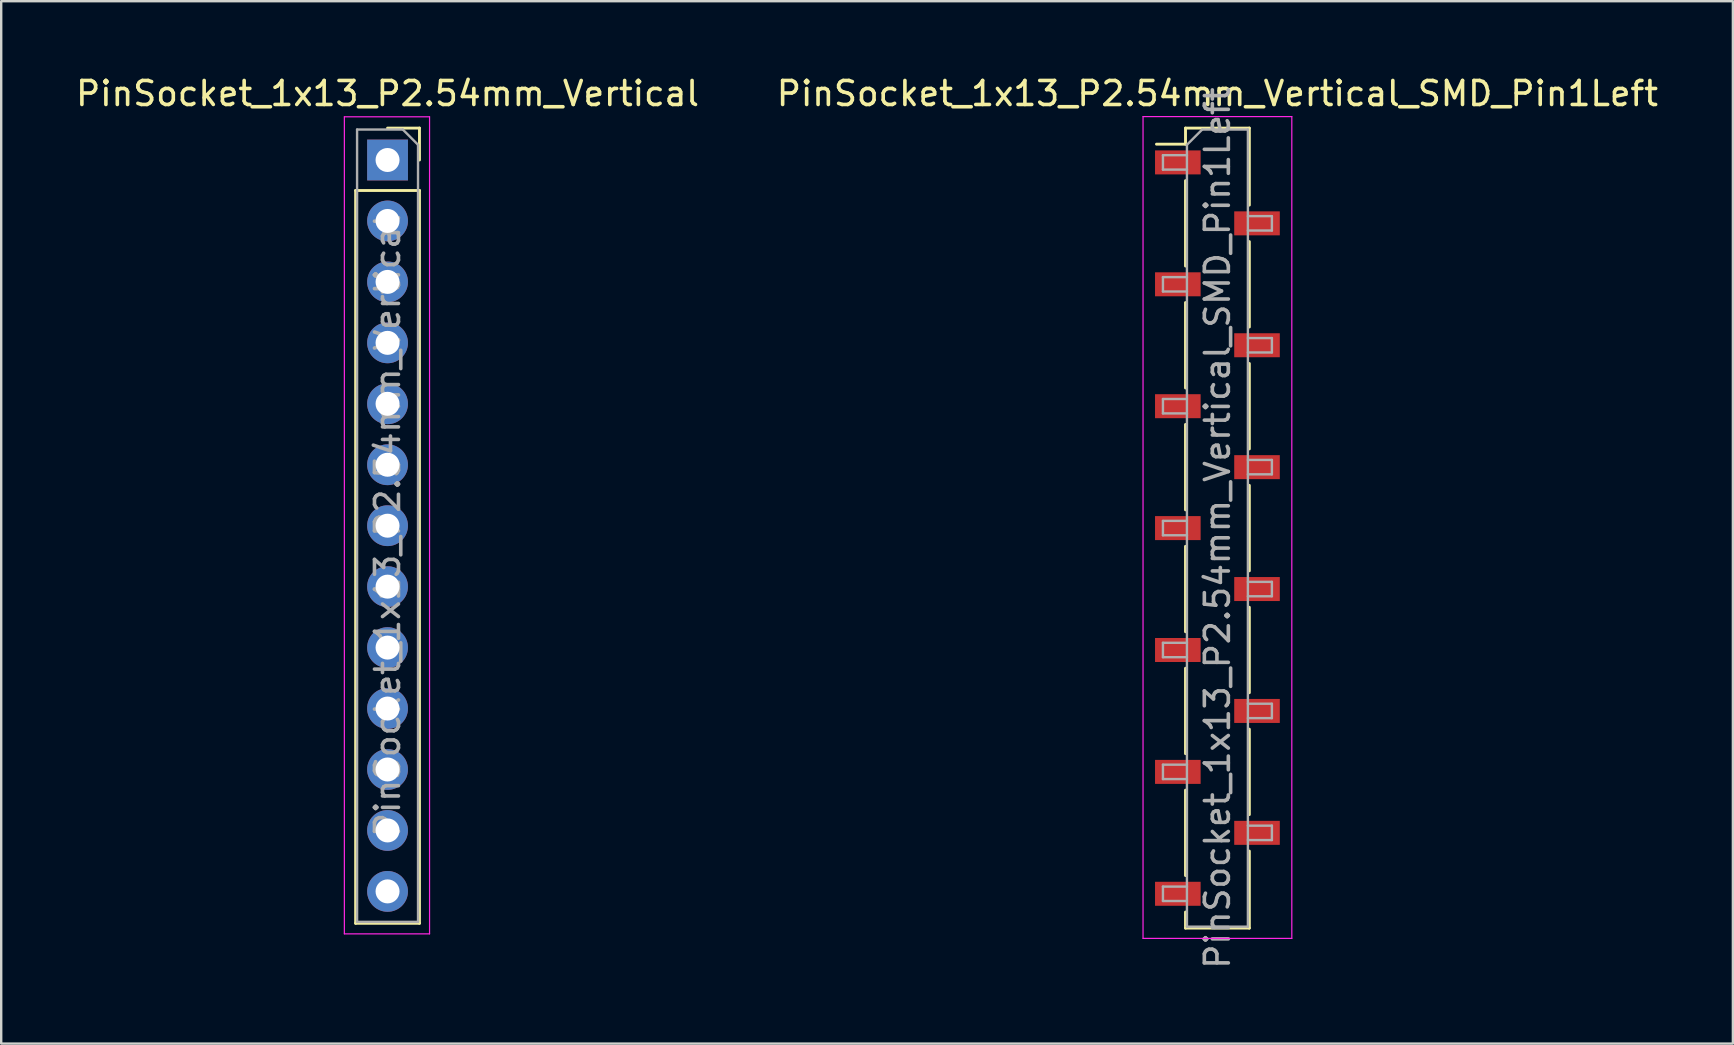
<source format=kicad_pcb>
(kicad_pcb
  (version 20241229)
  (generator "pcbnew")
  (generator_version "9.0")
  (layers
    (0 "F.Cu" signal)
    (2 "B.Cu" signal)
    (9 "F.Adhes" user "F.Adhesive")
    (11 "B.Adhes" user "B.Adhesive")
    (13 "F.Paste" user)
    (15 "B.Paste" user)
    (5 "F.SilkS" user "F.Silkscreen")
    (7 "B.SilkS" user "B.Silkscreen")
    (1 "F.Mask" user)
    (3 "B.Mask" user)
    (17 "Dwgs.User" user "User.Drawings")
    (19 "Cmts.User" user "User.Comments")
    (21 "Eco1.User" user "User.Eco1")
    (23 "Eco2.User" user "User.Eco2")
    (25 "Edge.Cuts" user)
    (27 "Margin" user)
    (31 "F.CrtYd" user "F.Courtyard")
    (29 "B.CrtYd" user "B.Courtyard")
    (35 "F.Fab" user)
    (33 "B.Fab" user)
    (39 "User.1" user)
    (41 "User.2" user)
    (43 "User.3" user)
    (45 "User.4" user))
  (footprint "PinSocket_1x13_P2.54mm_Vertical"
    (layer "F.Cu")
    (at 13.101 3.618)
    (property "Reference" "PinSocket_1x13_P2.54mm_Vertical" (at 0 -2.77 0) (layer "F.SilkS") (effects (font (size 1 1) (thickness 0.15))))
    (attr through_hole)
    (fp_line (start -1.33 1.27) (end -1.33 31.81) (stroke (width 0.12) (type solid)) (layer "F.SilkS"))
    (fp_line (start -1.33 1.27) (end 1.33 1.27) (stroke (width 0.12) (type solid)) (layer "F.SilkS"))
    (fp_line (start -1.33 31.81) (end 1.33 31.81) (stroke (width 0.12) (type solid)) (layer "F.SilkS"))
    (fp_line (start 0 -1.33) (end 1.33 -1.33) (stroke (width 0.12) (type solid)) (layer "F.SilkS"))
    (fp_line (start 1.33 -1.33) (end 1.33 0) (stroke (width 0.12) (type solid)) (layer "F.SilkS"))
    (fp_line (start 1.33 1.27) (end 1.33 31.81) (stroke (width 0.12) (type solid)) (layer "F.SilkS"))
    (fp_line (start -1.8 -1.8) (end 1.75 -1.8) (stroke (width 0.05) (type solid)) (layer "F.CrtYd"))
    (fp_line (start -1.8 32.25) (end -1.8 -1.8) (stroke (width 0.05) (type solid)) (layer "F.CrtYd"))
    (fp_line (start 1.75 -1.8) (end 1.75 32.25) (stroke (width 0.05) (type solid)) (layer "F.CrtYd"))
    (fp_line (start 1.75 32.25) (end -1.8 32.25) (stroke (width 0.05) (type solid)) (layer "F.CrtYd"))
    (fp_line (start -1.27 -1.27) (end 0.635 -1.27) (stroke (width 0.1) (type solid)) (layer "F.Fab"))
    (fp_line (start -1.27 31.75) (end -1.27 -1.27) (stroke (width 0.1) (type solid)) (layer "F.Fab"))
    (fp_line (start 0.635 -1.27) (end 1.27 -0.635) (stroke (width 0.1) (type solid)) (layer "F.Fab"))
    (fp_line (start 1.27 -0.635) (end 1.27 31.75) (stroke (width 0.1) (type solid)) (layer "F.Fab"))
    (fp_line (start 1.27 31.75) (end -1.27 31.75) (stroke (width 0.1) (type solid)) (layer "F.Fab"))
    (fp_text user "${REFERENCE}" (at 0 15.24 90) (layer "F.Fab") (effects (font (size 1 1) (thickness 0.15))))
    (pad "1" thru_hole rect (at 0 0) (size 1.7 1.7) (drill 1) (layers "*.Cu" "*.Mask"))
    (pad "2" thru_hole circle (at 0 2.54) (size 1.7 1.7) (drill 1) (layers "*.Cu" "*.Mask"))
    (pad "3" thru_hole circle (at 0 5.08) (size 1.7 1.7) (drill 1) (layers "*.Cu" "*.Mask"))
    (pad "4" thru_hole circle (at 0 7.62) (size 1.7 1.7) (drill 1) (layers "*.Cu" "*.Mask"))
    (pad "5" thru_hole circle (at 0 10.16) (size 1.7 1.7) (drill 1) (layers "*.Cu" "*.Mask"))
    (pad "6" thru_hole circle (at 0 12.7) (size 1.7 1.7) (drill 1) (layers "*.Cu" "*.Mask"))
    (pad "7" thru_hole circle (at 0 15.24) (size 1.7 1.7) (drill 1) (layers "*.Cu" "*.Mask"))
    (pad "8" thru_hole circle (at 0 17.78) (size 1.7 1.7) (drill 1) (layers "*.Cu" "*.Mask"))
    (pad "9" thru_hole circle (at 0 20.32) (size 1.7 1.7) (drill 1) (layers "*.Cu" "*.Mask"))
    (pad "10" thru_hole circle (at 0 22.86) (size 1.7 1.7) (drill 1) (layers "*.Cu" "*.Mask"))
    (pad "11" thru_hole circle (at 0 25.4) (size 1.7 1.7) (drill 1) (layers "*.Cu" "*.Mask"))
    (pad "12" thru_hole circle (at 0 27.94) (size 1.7 1.7) (drill 1) (layers "*.Cu" "*.Mask"))
    (pad "13" thru_hole circle (at 0 30.48) (size 1.7 1.7) (drill 1) (layers "*.Cu" "*.Mask")))
  (footprint "PinSocket_1x13_P2.54mm_Vertical_SMD_Pin1Left"
    (layer "F.Cu")
    (at 47.685 18.958)
    (property "Reference" "PinSocket_1x13_P2.54mm_Vertical_SMD_Pin1Left" (at 0 -18.11 0) (layer "F.SilkS") (effects (font (size 1 1) (thickness 0.15))))
    (attr smd)
    (fp_line (start -2.54 -16) (end -1.33 -16) (stroke (width 0.12) (type solid)) (layer "F.SilkS"))
    (fp_line (start -1.33 -16.67) (end -1.33 -16) (stroke (width 0.12) (type solid)) (layer "F.SilkS"))
    (fp_line (start -1.33 -16.67) (end 1.33 -16.67) (stroke (width 0.12) (type solid)) (layer "F.SilkS"))
    (fp_line (start -1.33 -14.48) (end -1.33 -10.92) (stroke (width 0.12) (type solid)) (layer "F.SilkS"))
    (fp_line (start -1.33 -9.4) (end -1.33 -5.84) (stroke (width 0.12) (type solid)) (layer "F.SilkS"))
    (fp_line (start -1.33 -4.32) (end -1.33 -0.76) (stroke (width 0.12) (type solid)) (layer "F.SilkS"))
    (fp_line (start -1.33 0.76) (end -1.33 4.32) (stroke (width 0.12) (type solid)) (layer "F.SilkS"))
    (fp_line (start -1.33 5.84) (end -1.33 9.4) (stroke (width 0.12) (type solid)) (layer "F.SilkS"))
    (fp_line (start -1.33 10.92) (end -1.33 14.48) (stroke (width 0.12) (type solid)) (layer "F.SilkS"))
    (fp_line (start -1.33 16) (end -1.33 16.67) (stroke (width 0.12) (type solid)) (layer "F.SilkS"))
    (fp_line (start -1.33 16.67) (end 1.33 16.67) (stroke (width 0.12) (type solid)) (layer "F.SilkS"))
    (fp_line (start 1.33 -16.67) (end 1.33 -13.46) (stroke (width 0.12) (type solid)) (layer "F.SilkS"))
    (fp_line (start 1.33 -11.94) (end 1.33 -8.38) (stroke (width 0.12) (type solid)) (layer "F.SilkS"))
    (fp_line (start 1.33 -6.86) (end 1.33 -3.3) (stroke (width 0.12) (type solid)) (layer "F.SilkS"))
    (fp_line (start 1.33 -1.78) (end 1.33 1.78) (stroke (width 0.12) (type solid)) (layer "F.SilkS"))
    (fp_line (start 1.33 3.3) (end 1.33 6.86) (stroke (width 0.12) (type solid)) (layer "F.SilkS"))
    (fp_line (start 1.33 8.38) (end 1.33 11.94) (stroke (width 0.12) (type solid)) (layer "F.SilkS"))
    (fp_line (start 1.33 13.46) (end 1.33 16.67) (stroke (width 0.12) (type solid)) (layer "F.SilkS"))
    (fp_line (start -3.1 -17.15) (end 3.1 -17.15) (stroke (width 0.05) (type solid)) (layer "F.CrtYd"))
    (fp_line (start -3.1 17.1) (end -3.1 -17.15) (stroke (width 0.05) (type solid)) (layer "F.CrtYd"))
    (fp_line (start 3.1 -17.15) (end 3.1 17.1) (stroke (width 0.05) (type solid)) (layer "F.CrtYd"))
    (fp_line (start 3.1 17.1) (end -3.1 17.1) (stroke (width 0.05) (type solid)) (layer "F.CrtYd"))
    (fp_line (start -2.27 -15.54) (end -1.27 -15.54) (stroke (width 0.1) (type solid)) (layer "F.Fab"))
    (fp_line (start -2.27 -14.94) (end -2.27 -15.54) (stroke (width 0.1) (type solid)) (layer "F.Fab"))
    (fp_line (start -2.27 -10.46) (end -1.27 -10.46) (stroke (width 0.1) (type solid)) (layer "F.Fab"))
    (fp_line (start -2.27 -9.86) (end -2.27 -10.46) (stroke (width 0.1) (type solid)) (layer "F.Fab"))
    (fp_line (start -2.27 -5.38) (end -1.27 -5.38) (stroke (width 0.1) (type solid)) (layer "F.Fab"))
    (fp_line (start -2.27 -4.78) (end -2.27 -5.38) (stroke (width 0.1) (type solid)) (layer "F.Fab"))
    (fp_line (start -2.27 -0.3) (end -1.27 -0.3) (stroke (width 0.1) (type solid)) (layer "F.Fab"))
    (fp_line (start -2.27 0.3) (end -2.27 -0.3) (stroke (width 0.1) (type solid)) (layer "F.Fab"))
    (fp_line (start -2.27 4.78) (end -1.27 4.78) (stroke (width 0.1) (type solid)) (layer "F.Fab"))
    (fp_line (start -2.27 5.38) (end -2.27 4.78) (stroke (width 0.1) (type solid)) (layer "F.Fab"))
    (fp_line (start -2.27 9.86) (end -1.27 9.86) (stroke (width 0.1) (type solid)) (layer "F.Fab"))
    (fp_line (start -2.27 10.46) (end -2.27 9.86) (stroke (width 0.1) (type solid)) (layer "F.Fab"))
    (fp_line (start -2.27 14.94) (end -1.27 14.94) (stroke (width 0.1) (type solid)) (layer "F.Fab"))
    (fp_line (start -2.27 15.54) (end -2.27 14.94) (stroke (width 0.1) (type solid)) (layer "F.Fab"))
    (fp_line (start -1.27 -15.975) (end -0.635 -16.61) (stroke (width 0.1) (type solid)) (layer "F.Fab"))
    (fp_line (start -1.27 -14.94) (end -2.27 -14.94) (stroke (width 0.1) (type solid)) (layer "F.Fab"))
    (fp_line (start -1.27 -9.86) (end -2.27 -9.86) (stroke (width 0.1) (type solid)) (layer "F.Fab"))
    (fp_line (start -1.27 -4.78) (end -2.27 -4.78) (stroke (width 0.1) (type solid)) (layer "F.Fab"))
    (fp_line (start -1.27 0.3) (end -2.27 0.3) (stroke (width 0.1) (type solid)) (layer "F.Fab"))
    (fp_line (start -1.27 5.38) (end -2.27 5.38) (stroke (width 0.1) (type solid)) (layer "F.Fab"))
    (fp_line (start -1.27 10.46) (end -2.27 10.46) (stroke (width 0.1) (type solid)) (layer "F.Fab"))
    (fp_line (start -1.27 15.54) (end -2.27 15.54) (stroke (width 0.1) (type solid)) (layer "F.Fab"))
    (fp_line (start -1.27 16.61) (end -1.27 -15.975) (stroke (width 0.1) (type solid)) (layer "F.Fab"))
    (fp_line (start -0.635 -16.61) (end 1.27 -16.61) (stroke (width 0.1) (type solid)) (layer "F.Fab"))
    (fp_line (start 1.27 -16.61) (end 1.27 16.61) (stroke (width 0.1) (type solid)) (layer "F.Fab"))
    (fp_line (start 1.27 -13) (end 2.27 -13) (stroke (width 0.1) (type solid)) (layer "F.Fab"))
    (fp_line (start 1.27 -7.92) (end 2.27 -7.92) (stroke (width 0.1) (type solid)) (layer "F.Fab"))
    (fp_line (start 1.27 -2.84) (end 2.27 -2.84) (stroke (width 0.1) (type solid)) (layer "F.Fab"))
    (fp_line (start 1.27 2.24) (end 2.27 2.24) (stroke (width 0.1) (type solid)) (layer "F.Fab"))
    (fp_line (start 1.27 7.32) (end 2.27 7.32) (stroke (width 0.1) (type solid)) (layer "F.Fab"))
    (fp_line (start 1.27 12.4) (end 2.27 12.4) (stroke (width 0.1) (type solid)) (layer "F.Fab"))
    (fp_line (start 1.27 16.61) (end -1.27 16.61) (stroke (width 0.1) (type solid)) (layer "F.Fab"))
    (fp_line (start 2.27 -13) (end 2.27 -12.4) (stroke (width 0.1) (type solid)) (layer "F.Fab"))
    (fp_line (start 2.27 -12.4) (end 1.27 -12.4) (stroke (width 0.1) (type solid)) (layer "F.Fab"))
    (fp_line (start 2.27 -7.92) (end 2.27 -7.32) (stroke (width 0.1) (type solid)) (layer "F.Fab"))
    (fp_line (start 2.27 -7.32) (end 1.27 -7.32) (stroke (width 0.1) (type solid)) (layer "F.Fab"))
    (fp_line (start 2.27 -2.84) (end 2.27 -2.24) (stroke (width 0.1) (type solid)) (layer "F.Fab"))
    (fp_line (start 2.27 -2.24) (end 1.27 -2.24) (stroke (width 0.1) (type solid)) (layer "F.Fab"))
    (fp_line (start 2.27 2.24) (end 2.27 2.84) (stroke (width 0.1) (type solid)) (layer "F.Fab"))
    (fp_line (start 2.27 2.84) (end 1.27 2.84) (stroke (width 0.1) (type solid)) (layer "F.Fab"))
    (fp_line (start 2.27 7.32) (end 2.27 7.92) (stroke (width 0.1) (type solid)) (layer "F.Fab"))
    (fp_line (start 2.27 7.92) (end 1.27 7.92) (stroke (width 0.1) (type solid)) (layer "F.Fab"))
    (fp_line (start 2.27 12.4) (end 2.27 13) (stroke (width 0.1) (type solid)) (layer "F.Fab"))
    (fp_line (start 2.27 13) (end 1.27 13) (stroke (width 0.1) (type solid)) (layer "F.Fab"))
    (fp_text user "${REFERENCE}" (at 0 0 90) (layer "F.Fab") (effects (font (size 1 1) (thickness 0.15))))
    (pad "1" smd rect (at -1.65 -15.24) (size 1.9 1) (layers "F.Cu" "F.Mask" "F.Paste"))
    (pad "2" smd rect (at 1.65 -12.7) (size 1.9 1) (layers "F.Cu" "F.Mask" "F.Paste"))
    (pad "3" smd rect (at -1.65 -10.16) (size 1.9 1) (layers "F.Cu" "F.Mask" "F.Paste"))
    (pad "4" smd rect (at 1.65 -7.62) (size 1.9 1) (layers "F.Cu" "F.Mask" "F.Paste"))
    (pad "5" smd rect (at -1.65 -5.08) (size 1.9 1) (layers "F.Cu" "F.Mask" "F.Paste"))
    (pad "6" smd rect (at 1.65 -2.54) (size 1.9 1) (layers "F.Cu" "F.Mask" "F.Paste"))
    (pad "7" smd rect (at -1.65 0) (size 1.9 1) (layers "F.Cu" "F.Mask" "F.Paste"))
    (pad "8" smd rect (at 1.65 2.54) (size 1.9 1) (layers "F.Cu" "F.Mask" "F.Paste"))
    (pad "9" smd rect (at -1.65 5.08) (size 1.9 1) (layers "F.Cu" "F.Mask" "F.Paste"))
    (pad "10" smd rect (at 1.65 7.62) (size 1.9 1) (layers "F.Cu" "F.Mask" "F.Paste"))
    (pad "11" smd rect (at -1.65 10.16) (size 1.9 1) (layers "F.Cu" "F.Mask" "F.Paste"))
    (pad "12" smd rect (at 1.65 12.7) (size 1.9 1) (layers "F.Cu" "F.Mask" "F.Paste"))
    (pad "13" smd rect (at -1.65 15.24) (size 1.9 1) (layers "F.Cu" "F.Mask" "F.Paste")))
  (gr_rect
    (start -3 -3)
    (end 69.167 40.44)
    (stroke (width 0.1) (type default))
    (fill no)
    (layer "Edge.Cuts")))
</source>
